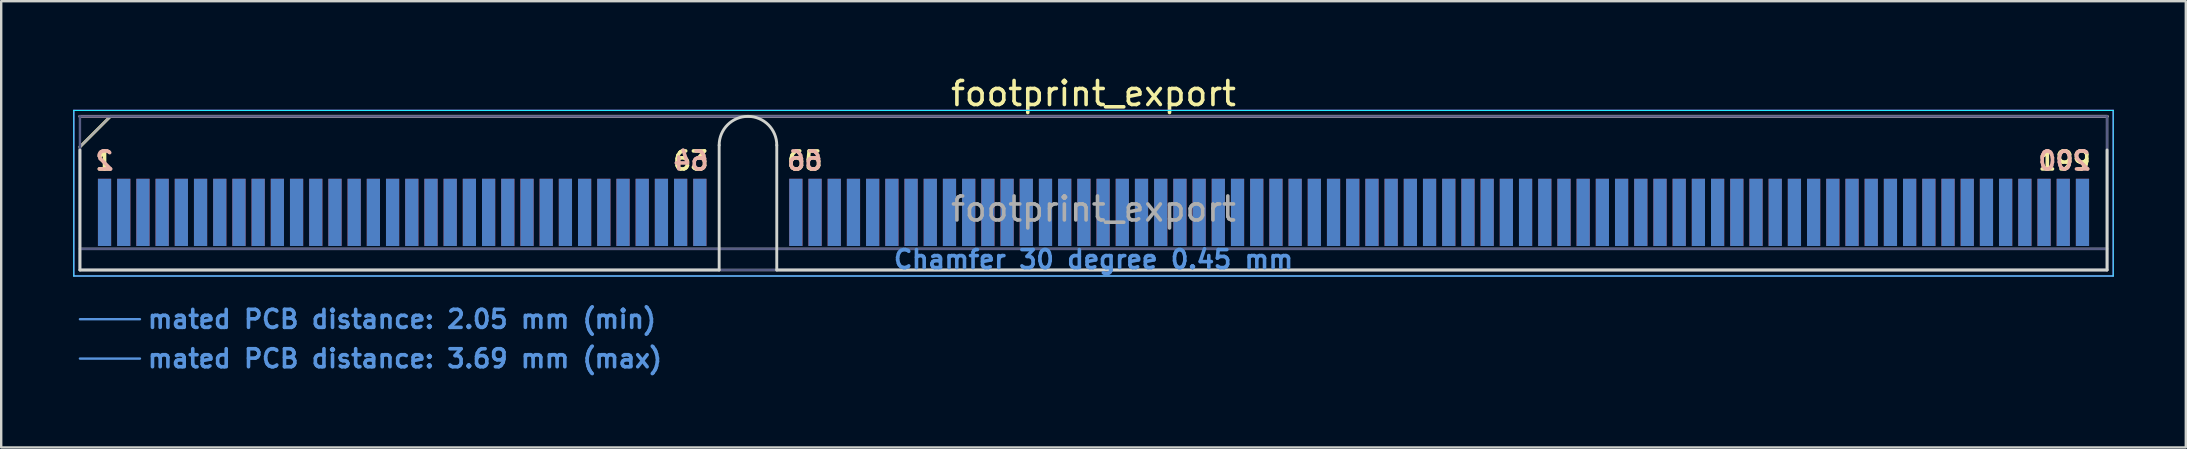
<source format=kicad_pcb>
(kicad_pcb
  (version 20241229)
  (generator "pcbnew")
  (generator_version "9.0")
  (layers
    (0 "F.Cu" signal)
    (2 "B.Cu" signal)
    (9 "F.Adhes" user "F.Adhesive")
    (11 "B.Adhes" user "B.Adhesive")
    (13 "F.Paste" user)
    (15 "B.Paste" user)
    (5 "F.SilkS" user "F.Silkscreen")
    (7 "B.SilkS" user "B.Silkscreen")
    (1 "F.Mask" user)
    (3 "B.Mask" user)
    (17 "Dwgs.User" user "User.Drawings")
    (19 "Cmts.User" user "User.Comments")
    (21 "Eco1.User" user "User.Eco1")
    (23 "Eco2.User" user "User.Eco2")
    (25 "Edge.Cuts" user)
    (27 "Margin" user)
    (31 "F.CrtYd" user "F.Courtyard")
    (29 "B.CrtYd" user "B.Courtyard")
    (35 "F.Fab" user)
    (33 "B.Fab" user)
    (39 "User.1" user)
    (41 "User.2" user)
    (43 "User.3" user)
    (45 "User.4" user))
  (footprint "footprint_export"
    (layer "F.Cu")
    (at 42.505 8.198)
    (property "Reference" "footprint_export" (at 0 -7.35 0) (layer "F.SilkS") (effects (font (size 1 1) (thickness 0.15))))
    (attr exclude_from_pos_files exclude_from_bom)
    (fp_line (start -42.225 -5.13) (end -40.955 -6.4) (stroke (width 0.12) (type solid)) (layer "F.SilkS"))
    (fp_line (start -40.955 -6.4) (end 42.225 -6.4) (stroke (width 0.12) (type solid)) (layer "F.SilkS"))
    (fp_line (start -42.225 -6.4) (end -42.225 -6.4) (stroke (width 0.12) (type solid)) (layer "B.SilkS"))
    (fp_line (start -42.225 -6.4) (end 42.225 -6.4) (stroke (width 0.12) (type solid)) (layer "B.SilkS"))
    (fp_line (start -42.225 2.05) (end -39.725 2.05) (stroke (width 0.1) (type solid)) (layer "Cmts.User"))
    (fp_line (start -42.225 3.69) (end -39.725 3.69) (stroke (width 0.1) (type solid)) (layer "Cmts.User"))
    (fp_line (start -42.225 -5) (end -42.225 0) (stroke (width 0.12) (type solid)) (layer "Edge.Cuts"))
    (fp_line (start -42.225 0) (end -15.595 0) (stroke (width 0.12) (type solid)) (layer "Edge.Cuts"))
    (fp_line (start -15.595 0) (end -15.595 -5.2) (stroke (width 0.12) (type solid)) (layer "Edge.Cuts"))
    (fp_line (start -13.195 -5.2) (end -13.195 0) (stroke (width 0.12) (type solid)) (layer "Edge.Cuts"))
    (fp_line (start -13.195 0) (end 42.225 0) (stroke (width 0.12) (type solid)) (layer "Edge.Cuts"))
    (fp_line (start 42.225 0) (end 42.225 -5) (stroke (width 0.12) (type solid)) (layer "Edge.Cuts"))
    (fp_arc (start -15.595 -5.2) (mid -14.395 -6.4) (end -13.195 -5.2) (stroke (width 0.12) (type solid)) (layer "Edge.Cuts"))
    (fp_line (start -42.48 -6.65) (end -42.48 0.25) (stroke (width 0.05) (type solid)) (layer "B.CrtYd"))
    (fp_line (start -42.48 0.25) (end 42.48 0.25) (stroke (width 0.05) (type solid)) (layer "B.CrtYd"))
    (fp_line (start 42.48 -6.65) (end -42.48 -6.65) (stroke (width 0.05) (type solid)) (layer "B.CrtYd"))
    (fp_line (start 42.48 0.25) (end 42.48 -6.65) (stroke (width 0.05) (type solid)) (layer "B.CrtYd"))
    (fp_line (start -42.48 -6.65) (end -42.48 0.25) (stroke (width 0.05) (type solid)) (layer "F.CrtYd"))
    (fp_line (start -42.48 0.25) (end 42.48 0.25) (stroke (width 0.05) (type solid)) (layer "F.CrtYd"))
    (fp_line (start 42.48 -6.65) (end -42.48 -6.65) (stroke (width 0.05) (type solid)) (layer "F.CrtYd"))
    (fp_line (start 42.48 0.25) (end 42.48 -6.65) (stroke (width 0.05) (type solid)) (layer "F.CrtYd"))
    (fp_line (start -42.225 -6.4) (end -42.225 -6.4) (stroke (width 0.1) (type solid)) (layer "B.Fab"))
    (fp_line (start -42.225 -6.4) (end -42.225 0) (stroke (width 0.1) (type solid)) (layer "B.Fab"))
    (fp_line (start -42.225 -6.4) (end 42.225 -6.4) (stroke (width 0.1) (type solid)) (layer "B.Fab"))
    (fp_line (start -42.225 -0.88) (end 42.225 -0.88) (stroke (width 0.1) (type solid)) (layer "B.Fab"))
    (fp_line (start -42.225 0) (end 42.225 0) (stroke (width 0.1) (type solid)) (layer "B.Fab"))
    (fp_line (start 42.225 -6.4) (end 42.225 0) (stroke (width 0.1) (type solid)) (layer "B.Fab"))
    (fp_line (start -42.225 -5.13) (end -42.225 0) (stroke (width 0.1) (type solid)) (layer "F.Fab"))
    (fp_line (start -42.225 -5.13) (end -40.955 -6.4) (stroke (width 0.1) (type solid)) (layer "F.Fab"))
    (fp_line (start -42.225 -0.88) (end 42.225 -0.88) (stroke (width 0.1) (type solid)) (layer "F.Fab"))
    (fp_line (start -42.225 0) (end 42.225 0) (stroke (width 0.1) (type solid)) (layer "F.Fab"))
    (fp_line (start -40.955 -6.4) (end 42.225 -6.4) (stroke (width 0.1) (type solid)) (layer "F.Fab"))
    (fp_line (start 42.225 -6.4) (end 42.225 0) (stroke (width 0.1) (type solid)) (layer "F.Fab"))
    (fp_text user "199" (at 40.45 -4.55 0) (layer "F.SilkS") (effects (font (size 0.75 0.75) (thickness 0.15))))
    (fp_text user "1" (at -41.2 -4.55 0) (layer "F.SilkS") (effects (font (size 0.75 0.75) (thickness 0.15))))
    (fp_text user "63" (at -16.775 -4.55 0) (layer "F.SilkS") (effects (font (size 0.75 0.75) (thickness 0.15))))
    (fp_text user "65" (at -12.025 -4.55 0) (layer "F.SilkS") (effects (font (size 0.75 0.75) (thickness 0.15))))
    (fp_text user "66" (at -12.025 -4.55 0) (layer "B.SilkS") (effects (font (size 0.75 0.75) (thickness 0.15)) (justify mirror)))
    (fp_text user "2" (at -41.2 -4.55 0) (layer "B.SilkS") (effects (font (size 0.75 0.75) (thickness 0.15)) (justify mirror)))
    (fp_text user "200" (at 40.45 -4.55 0) (layer "B.SilkS") (effects (font (size 0.75 0.75) (thickness 0.15)) (justify mirror)))
    (fp_text user "64" (at -16.775 -4.55 0) (layer "B.SilkS") (effects (font (size 0.75 0.75) (thickness 0.15)) (justify mirror)))
    (fp_text user "mated PCB distance: 3.69 mm (max)" (at -39.48 3.69 0) (layer "Cmts.User") (effects (font (size 0.75 0.75) (thickness 0.15)) (justify left)))
    (fp_text user "Chamfer 30 degree 0.45 mm" (at 0 -0.44 0) (layer "Cmts.User") (effects (font (size 0.75 0.75) (thickness 0.15))))
    (fp_text user "mated PCB distance: 2.05 mm (min)" (at -39.48 2.05 0) (layer "Cmts.User") (effects (font (size 0.75 0.75) (thickness 0.15)) (justify left)))
    (fp_text user "${REFERENCE}" (at 0 -2.54 0) (layer "F.Fab") (effects (font (size 1 1) (thickness 0.15))))
    (pad "1" connect rect (at -41.2 -2.4) (size 0.55 2.8) (layers "F.Cu" "F.Mask"))
    (pad "2" connect rect (at -41.2 -2.4) (size 0.55 2.8) (layers "B.Cu" "B.Mask"))
    (pad "3" connect rect (at -40.4 -2.4) (size 0.55 2.8) (layers "F.Cu" "F.Mask"))
    (pad "4" connect rect (at -40.4 -2.4) (size 0.55 2.8) (layers "B.Cu" "B.Mask"))
    (pad "5" connect rect (at -39.6 -2.4) (size 0.55 2.8) (layers "F.Cu" "F.Mask"))
    (pad "6" connect rect (at -39.6 -2.4) (size 0.55 2.8) (layers "B.Cu" "B.Mask"))
    (pad "7" connect rect (at -38.8 -2.4) (size 0.55 2.8) (layers "F.Cu" "F.Mask"))
    (pad "8" connect rect (at -38.8 -2.4) (size 0.55 2.8) (layers "B.Cu" "B.Mask"))
    (pad "9" connect rect (at -38 -2.4) (size 0.55 2.8) (layers "F.Cu" "F.Mask"))
    (pad "10" connect rect (at -38 -2.4) (size 0.55 2.8) (layers "B.Cu" "B.Mask"))
    (pad "11" connect rect (at -37.2 -2.4) (size 0.55 2.8) (layers "F.Cu" "F.Mask"))
    (pad "12" connect rect (at -37.2 -2.4) (size 0.55 2.8) (layers "B.Cu" "B.Mask"))
    (pad "13" connect rect (at -36.4 -2.4) (size 0.55 2.8) (layers "F.Cu" "F.Mask"))
    (pad "14" connect rect (at -36.4 -2.4) (size 0.55 2.8) (layers "B.Cu" "B.Mask"))
    (pad "15" connect rect (at -35.6 -2.4) (size 0.55 2.8) (layers "F.Cu" "F.Mask"))
    (pad "16" connect rect (at -35.6 -2.4) (size 0.55 2.8) (layers "B.Cu" "B.Mask"))
    (pad "17" connect rect (at -34.8 -2.4) (size 0.55 2.8) (layers "F.Cu" "F.Mask"))
    (pad "18" connect rect (at -34.8 -2.4) (size 0.55 2.8) (layers "B.Cu" "B.Mask"))
    (pad "19" connect rect (at -34 -2.4) (size 0.55 2.8) (layers "F.Cu" "F.Mask"))
    (pad "20" connect rect (at -34 -2.4) (size 0.55 2.8) (layers "B.Cu" "B.Mask"))
    (pad "21" connect rect (at -33.2 -2.4) (size 0.55 2.8) (layers "F.Cu" "F.Mask"))
    (pad "22" connect rect (at -33.2 -2.4) (size 0.55 2.8) (layers "B.Cu" "B.Mask"))
    (pad "23" connect rect (at -32.4 -2.4) (size 0.55 2.8) (layers "F.Cu" "F.Mask"))
    (pad "24" connect rect (at -32.4 -2.4) (size 0.55 2.8) (layers "B.Cu" "B.Mask"))
    (pad "25" connect rect (at -31.6 -2.4) (size 0.55 2.8) (layers "F.Cu" "F.Mask"))
    (pad "26" connect rect (at -31.6 -2.4) (size 0.55 2.8) (layers "B.Cu" "B.Mask"))
    (pad "27" connect rect (at -30.8 -2.4) (size 0.55 2.8) (layers "F.Cu" "F.Mask"))
    (pad "28" connect rect (at -30.8 -2.4) (size 0.55 2.8) (layers "B.Cu" "B.Mask"))
    (pad "29" connect rect (at -30 -2.4) (size 0.55 2.8) (layers "F.Cu" "F.Mask"))
    (pad "30" connect rect (at -30 -2.4) (size 0.55 2.8) (layers "B.Cu" "B.Mask"))
    (pad "31" connect rect (at -29.2 -2.4) (size 0.55 2.8) (layers "F.Cu" "F.Mask"))
    (pad "32" connect rect (at -29.2 -2.4) (size 0.55 2.8) (layers "B.Cu" "B.Mask"))
    (pad "33" connect rect (at -28.4 -2.4) (size 0.55 2.8) (layers "F.Cu" "F.Mask"))
    (pad "34" connect rect (at -28.4 -2.4) (size 0.55 2.8) (layers "B.Cu" "B.Mask"))
    (pad "35" connect rect (at -27.6 -2.4) (size 0.55 2.8) (layers "F.Cu" "F.Mask"))
    (pad "36" connect rect (at -27.6 -2.4) (size 0.55 2.8) (layers "B.Cu" "B.Mask"))
    (pad "37" connect rect (at -26.8 -2.4) (size 0.55 2.8) (layers "F.Cu" "F.Mask"))
    (pad "38" connect rect (at -26.8 -2.4) (size 0.55 2.8) (layers "B.Cu" "B.Mask"))
    (pad "39" connect rect (at -26 -2.4) (size 0.55 2.8) (layers "F.Cu" "F.Mask"))
    (pad "40" connect rect (at -26 -2.4) (size 0.55 2.8) (layers "B.Cu" "B.Mask"))
    (pad "41" connect rect (at -25.2 -2.4) (size 0.55 2.8) (layers "F.Cu" "F.Mask"))
    (pad "42" connect rect (at -25.2 -2.4) (size 0.55 2.8) (layers "B.Cu" "B.Mask"))
    (pad "43" connect rect (at -24.4 -2.4) (size 0.55 2.8) (layers "F.Cu" "F.Mask"))
    (pad "44" connect rect (at -24.4 -2.4) (size 0.55 2.8) (layers "B.Cu" "B.Mask"))
    (pad "45" connect rect (at -23.6 -2.4) (size 0.55 2.8) (layers "F.Cu" "F.Mask"))
    (pad "46" connect rect (at -23.6 -2.4) (size 0.55 2.8) (layers "B.Cu" "B.Mask"))
    (pad "47" connect rect (at -22.8 -2.4) (size 0.55 2.8) (layers "F.Cu" "F.Mask"))
    (pad "48" connect rect (at -22.8 -2.4) (size 0.55 2.8) (layers "B.Cu" "B.Mask"))
    (pad "49" connect rect (at -22 -2.4) (size 0.55 2.8) (layers "F.Cu" "F.Mask"))
    (pad "50" connect rect (at -22 -2.4) (size 0.55 2.8) (layers "B.Cu" "B.Mask"))
    (pad "51" connect rect (at -21.2 -2.4) (size 0.55 2.8) (layers "F.Cu" "F.Mask"))
    (pad "52" connect rect (at -21.2 -2.4) (size 0.55 2.8) (layers "B.Cu" "B.Mask"))
    (pad "53" connect rect (at -20.4 -2.4) (size 0.55 2.8) (layers "F.Cu" "F.Mask"))
    (pad "54" connect rect (at -20.4 -2.4) (size 0.55 2.8) (layers "B.Cu" "B.Mask"))
    (pad "55" connect rect (at -19.6 -2.4) (size 0.55 2.8) (layers "F.Cu" "F.Mask"))
    (pad "56" connect rect (at -19.6 -2.4) (size 0.55 2.8) (layers "B.Cu" "B.Mask"))
    (pad "57" connect rect (at -18.8 -2.4) (size 0.55 2.8) (layers "F.Cu" "F.Mask"))
    (pad "58" connect rect (at -18.8 -2.4) (size 0.55 2.8) (layers "B.Cu" "B.Mask"))
    (pad "59" connect rect (at -18 -2.4) (size 0.55 2.8) (layers "F.Cu" "F.Mask"))
    (pad "60" connect rect (at -18 -2.4) (size 0.55 2.8) (layers "B.Cu" "B.Mask"))
    (pad "61" connect rect (at -17.2 -2.4) (size 0.55 2.8) (layers "F.Cu" "F.Mask"))
    (pad "62" connect rect (at -17.2 -2.4) (size 0.55 2.8) (layers "B.Cu" "B.Mask"))
    (pad "63" connect rect (at -16.4 -2.4) (size 0.55 2.8) (layers "F.Cu" "F.Mask"))
    (pad "64" connect rect (at -16.4 -2.4) (size 0.55 2.8) (layers "B.Cu" "B.Mask"))
    (pad "65" connect rect (at -12.4 -2.4) (size 0.55 2.8) (layers "F.Cu" "F.Mask"))
    (pad "66" connect rect (at -12.4 -2.4) (size 0.55 2.8) (layers "B.Cu" "B.Mask"))
    (pad "67" connect rect (at -11.6 -2.4) (size 0.55 2.8) (layers "F.Cu" "F.Mask"))
    (pad "68" connect rect (at -11.6 -2.4) (size 0.55 2.8) (layers "B.Cu" "B.Mask"))
    (pad "69" connect rect (at -10.8 -2.4) (size 0.55 2.8) (layers "F.Cu" "F.Mask"))
    (pad "70" connect rect (at -10.8 -2.4) (size 0.55 2.8) (layers "B.Cu" "B.Mask"))
    (pad "71" connect rect (at -10 -2.4) (size 0.55 2.8) (layers "F.Cu" "F.Mask"))
    (pad "72" connect rect (at -10 -2.4) (size 0.55 2.8) (layers "B.Cu" "B.Mask"))
    (pad "73" connect rect (at -9.2 -2.4) (size 0.55 2.8) (layers "F.Cu" "F.Mask"))
    (pad "74" connect rect (at -9.2 -2.4) (size 0.55 2.8) (layers "B.Cu" "B.Mask"))
    (pad "75" connect rect (at -8.4 -2.4) (size 0.55 2.8) (layers "F.Cu" "F.Mask"))
    (pad "76" connect rect (at -8.4 -2.4) (size 0.55 2.8) (layers "B.Cu" "B.Mask"))
    (pad "77" connect rect (at -7.6 -2.4) (size 0.55 2.8) (layers "F.Cu" "F.Mask"))
    (pad "78" connect rect (at -7.6 -2.4) (size 0.55 2.8) (layers "B.Cu" "B.Mask"))
    (pad "79" connect rect (at -6.8 -2.4) (size 0.55 2.8) (layers "F.Cu" "F.Mask"))
    (pad "80" connect rect (at -6.8 -2.4) (size 0.55 2.8) (layers "B.Cu" "B.Mask"))
    (pad "81" connect rect (at -6 -2.4) (size 0.55 2.8) (layers "F.Cu" "F.Mask"))
    (pad "82" connect rect (at -6 -2.4) (size 0.55 2.8) (layers "B.Cu" "B.Mask"))
    (pad "83" connect rect (at -5.2 -2.4) (size 0.55 2.8) (layers "F.Cu" "F.Mask"))
    (pad "84" connect rect (at -5.2 -2.4) (size 0.55 2.8) (layers "B.Cu" "B.Mask"))
    (pad "85" connect rect (at -4.4 -2.4) (size 0.55 2.8) (layers "F.Cu" "F.Mask"))
    (pad "86" connect rect (at -4.4 -2.4) (size 0.55 2.8) (layers "B.Cu" "B.Mask"))
    (pad "87" connect rect (at -3.6 -2.4) (size 0.55 2.8) (layers "F.Cu" "F.Mask"))
    (pad "88" connect rect (at -3.6 -2.4) (size 0.55 2.8) (layers "B.Cu" "B.Mask"))
    (pad "89" connect rect (at -2.8 -2.4) (size 0.55 2.8) (layers "F.Cu" "F.Mask"))
    (pad "90" connect rect (at -2.8 -2.4) (size 0.55 2.8) (layers "B.Cu" "B.Mask"))
    (pad "91" connect rect (at -2 -2.4) (size 0.55 2.8) (layers "F.Cu" "F.Mask"))
    (pad "92" connect rect (at -2 -2.4) (size 0.55 2.8) (layers "B.Cu" "B.Mask"))
    (pad "93" connect rect (at -1.2 -2.4) (size 0.55 2.8) (layers "F.Cu" "F.Mask"))
    (pad "94" connect rect (at -1.2 -2.4) (size 0.55 2.8) (layers "B.Cu" "B.Mask"))
    (pad "95" connect rect (at -0.4 -2.4) (size 0.55 2.8) (layers "F.Cu" "F.Mask"))
    (pad "96" connect rect (at -0.4 -2.4) (size 0.55 2.8) (layers "B.Cu" "B.Mask"))
    (pad "97" connect rect (at 0.4 -2.4) (size 0.55 2.8) (layers "F.Cu" "F.Mask"))
    (pad "98" connect rect (at 0.4 -2.4) (size 0.55 2.8) (layers "B.Cu" "B.Mask"))
    (pad "99" connect rect (at 1.2 -2.4) (size 0.55 2.8) (layers "F.Cu" "F.Mask"))
    (pad "100" connect rect (at 1.2 -2.4) (size 0.55 2.8) (layers "B.Cu" "B.Mask"))
    (pad "101" connect rect (at 2 -2.4) (size 0.55 2.8) (layers "F.Cu" "F.Mask"))
    (pad "102" connect rect (at 2 -2.4) (size 0.55 2.8) (layers "B.Cu" "B.Mask"))
    (pad "103" connect rect (at 2.8 -2.4) (size 0.55 2.8) (layers "F.Cu" "F.Mask"))
    (pad "104" connect rect (at 2.8 -2.4) (size 0.55 2.8) (layers "B.Cu" "B.Mask"))
    (pad "105" connect rect (at 3.6 -2.4) (size 0.55 2.8) (layers "F.Cu" "F.Mask"))
    (pad "106" connect rect (at 3.6 -2.4) (size 0.55 2.8) (layers "B.Cu" "B.Mask"))
    (pad "107" connect rect (at 4.4 -2.4) (size 0.55 2.8) (layers "F.Cu" "F.Mask"))
    (pad "108" connect rect (at 4.4 -2.4) (size 0.55 2.8) (layers "B.Cu" "B.Mask"))
    (pad "109" connect rect (at 5.2 -2.4) (size 0.55 2.8) (layers "F.Cu" "F.Mask"))
    (pad "110" connect rect (at 5.2 -2.4) (size 0.55 2.8) (layers "B.Cu" "B.Mask"))
    (pad "111" connect rect (at 6 -2.4) (size 0.55 2.8) (layers "F.Cu" "F.Mask"))
    (pad "112" connect rect (at 6 -2.4) (size 0.55 2.8) (layers "B.Cu" "B.Mask"))
    (pad "113" connect rect (at 6.8 -2.4) (size 0.55 2.8) (layers "F.Cu" "F.Mask"))
    (pad "114" connect rect (at 6.8 -2.4) (size 0.55 2.8) (layers "B.Cu" "B.Mask"))
    (pad "115" connect rect (at 7.6 -2.4) (size 0.55 2.8) (layers "F.Cu" "F.Mask"))
    (pad "116" connect rect (at 7.6 -2.4) (size 0.55 2.8) (layers "B.Cu" "B.Mask"))
    (pad "117" connect rect (at 8.4 -2.4) (size 0.55 2.8) (layers "F.Cu" "F.Mask"))
    (pad "118" connect rect (at 8.4 -2.4) (size 0.55 2.8) (layers "B.Cu" "B.Mask"))
    (pad "119" connect rect (at 9.2 -2.4) (size 0.55 2.8) (layers "F.Cu" "F.Mask"))
    (pad "120" connect rect (at 9.2 -2.4) (size 0.55 2.8) (layers "B.Cu" "B.Mask"))
    (pad "121" connect rect (at 10 -2.4) (size 0.55 2.8) (layers "F.Cu" "F.Mask"))
    (pad "122" connect rect (at 10 -2.4) (size 0.55 2.8) (layers "B.Cu" "B.Mask"))
    (pad "123" connect rect (at 10.8 -2.4) (size 0.55 2.8) (layers "F.Cu" "F.Mask"))
    (pad "124" connect rect (at 10.8 -2.4) (size 0.55 2.8) (layers "B.Cu" "B.Mask"))
    (pad "125" connect rect (at 11.6 -2.4) (size 0.55 2.8) (layers "F.Cu" "F.Mask"))
    (pad "126" connect rect (at 11.6 -2.4) (size 0.55 2.8) (layers "B.Cu" "B.Mask"))
    (pad "127" connect rect (at 12.4 -2.4) (size 0.55 2.8) (layers "F.Cu" "F.Mask"))
    (pad "128" connect rect (at 12.4 -2.4) (size 0.55 2.8) (layers "B.Cu" "B.Mask"))
    (pad "129" connect rect (at 13.2 -2.4) (size 0.55 2.8) (layers "F.Cu" "F.Mask"))
    (pad "130" connect rect (at 13.2 -2.4) (size 0.55 2.8) (layers "B.Cu" "B.Mask"))
    (pad "131" connect rect (at 14 -2.4) (size 0.55 2.8) (layers "F.Cu" "F.Mask"))
    (pad "132" connect rect (at 14 -2.4) (size 0.55 2.8) (layers "B.Cu" "B.Mask"))
    (pad "133" connect rect (at 14.8 -2.4) (size 0.55 2.8) (layers "F.Cu" "F.Mask"))
    (pad "134" connect rect (at 14.8 -2.4) (size 0.55 2.8) (layers "B.Cu" "B.Mask"))
    (pad "135" connect rect (at 15.6 -2.4) (size 0.55 2.8) (layers "F.Cu" "F.Mask"))
    (pad "136" connect rect (at 15.6 -2.4) (size 0.55 2.8) (layers "B.Cu" "B.Mask"))
    (pad "137" connect rect (at 16.4 -2.4) (size 0.55 2.8) (layers "F.Cu" "F.Mask"))
    (pad "138" connect rect (at 16.4 -2.4) (size 0.55 2.8) (layers "B.Cu" "B.Mask"))
    (pad "139" connect rect (at 17.2 -2.4) (size 0.55 2.8) (layers "F.Cu" "F.Mask"))
    (pad "140" connect rect (at 17.2 -2.4) (size 0.55 2.8) (layers "B.Cu" "B.Mask"))
    (pad "141" connect rect (at 18 -2.4) (size 0.55 2.8) (layers "F.Cu" "F.Mask"))
    (pad "142" connect rect (at 18 -2.4) (size 0.55 2.8) (layers "B.Cu" "B.Mask"))
    (pad "143" connect rect (at 18.8 -2.4) (size 0.55 2.8) (layers "F.Cu" "F.Mask"))
    (pad "144" connect rect (at 18.8 -2.4) (size 0.55 2.8) (layers "B.Cu" "B.Mask"))
    (pad "145" connect rect (at 19.6 -2.4) (size 0.55 2.8) (layers "F.Cu" "F.Mask"))
    (pad "146" connect rect (at 19.6 -2.4) (size 0.55 2.8) (layers "B.Cu" "B.Mask"))
    (pad "147" connect rect (at 20.4 -2.4) (size 0.55 2.8) (layers "F.Cu" "F.Mask"))
    (pad "148" connect rect (at 20.4 -2.4) (size 0.55 2.8) (layers "B.Cu" "B.Mask"))
    (pad "149" connect rect (at 21.2 -2.4) (size 0.55 2.8) (layers "F.Cu" "F.Mask"))
    (pad "150" connect rect (at 21.2 -2.4) (size 0.55 2.8) (layers "B.Cu" "B.Mask"))
    (pad "151" connect rect (at 22 -2.4) (size 0.55 2.8) (layers "F.Cu" "F.Mask"))
    (pad "152" connect rect (at 22 -2.4) (size 0.55 2.8) (layers "B.Cu" "B.Mask"))
    (pad "153" connect rect (at 22.8 -2.4) (size 0.55 2.8) (layers "F.Cu" "F.Mask"))
    (pad "154" connect rect (at 22.8 -2.4) (size 0.55 2.8) (layers "B.Cu" "B.Mask"))
    (pad "155" connect rect (at 23.6 -2.4) (size 0.55 2.8) (layers "F.Cu" "F.Mask"))
    (pad "156" connect rect (at 23.6 -2.4) (size 0.55 2.8) (layers "B.Cu" "B.Mask"))
    (pad "157" connect rect (at 24.4 -2.4) (size 0.55 2.8) (layers "F.Cu" "F.Mask"))
    (pad "158" connect rect (at 24.4 -2.4) (size 0.55 2.8) (layers "B.Cu" "B.Mask"))
    (pad "159" connect rect (at 25.2 -2.4) (size 0.55 2.8) (layers "F.Cu" "F.Mask"))
    (pad "160" connect rect (at 25.2 -2.4) (size 0.55 2.8) (layers "B.Cu" "B.Mask"))
    (pad "161" connect rect (at 26 -2.4) (size 0.55 2.8) (layers "F.Cu" "F.Mask"))
    (pad "162" connect rect (at 26 -2.4) (size 0.55 2.8) (layers "B.Cu" "B.Mask"))
    (pad "163" connect rect (at 26.8 -2.4) (size 0.55 2.8) (layers "F.Cu" "F.Mask"))
    (pad "164" connect rect (at 26.8 -2.4) (size 0.55 2.8) (layers "B.Cu" "B.Mask"))
    (pad "165" connect rect (at 27.6 -2.4) (size 0.55 2.8) (layers "F.Cu" "F.Mask"))
    (pad "166" connect rect (at 27.6 -2.4) (size 0.55 2.8) (layers "B.Cu" "B.Mask"))
    (pad "167" connect rect (at 28.4 -2.4) (size 0.55 2.8) (layers "F.Cu" "F.Mask"))
    (pad "168" connect rect (at 28.4 -2.4) (size 0.55 2.8) (layers "B.Cu" "B.Mask"))
    (pad "169" connect rect (at 29.2 -2.4) (size 0.55 2.8) (layers "F.Cu" "F.Mask"))
    (pad "170" connect rect (at 29.2 -2.4) (size 0.55 2.8) (layers "B.Cu" "B.Mask"))
    (pad "171" connect rect (at 30 -2.4) (size 0.55 2.8) (layers "F.Cu" "F.Mask"))
    (pad "172" connect rect (at 30 -2.4) (size 0.55 2.8) (layers "B.Cu" "B.Mask"))
    (pad "173" connect rect (at 30.8 -2.4) (size 0.55 2.8) (layers "F.Cu" "F.Mask"))
    (pad "174" connect rect (at 30.8 -2.4) (size 0.55 2.8) (layers "B.Cu" "B.Mask"))
    (pad "175" connect rect (at 31.6 -2.4) (size 0.55 2.8) (layers "F.Cu" "F.Mask"))
    (pad "176" connect rect (at 31.6 -2.4) (size 0.55 2.8) (layers "B.Cu" "B.Mask"))
    (pad "177" connect rect (at 32.4 -2.4) (size 0.55 2.8) (layers "F.Cu" "F.Mask"))
    (pad "178" connect rect (at 32.4 -2.4) (size 0.55 2.8) (layers "B.Cu" "B.Mask"))
    (pad "179" connect rect (at 33.2 -2.4) (size 0.55 2.8) (layers "F.Cu" "F.Mask"))
    (pad "180" connect rect (at 33.2 -2.4) (size 0.55 2.8) (layers "B.Cu" "B.Mask"))
    (pad "181" connect rect (at 34 -2.4) (size 0.55 2.8) (layers "F.Cu" "F.Mask"))
    (pad "182" connect rect (at 34 -2.4) (size 0.55 2.8) (layers "B.Cu" "B.Mask"))
    (pad "183" connect rect (at 34.8 -2.4) (size 0.55 2.8) (layers "F.Cu" "F.Mask"))
    (pad "184" connect rect (at 34.8 -2.4) (size 0.55 2.8) (layers "B.Cu" "B.Mask"))
    (pad "185" connect rect (at 35.6 -2.4) (size 0.55 2.8) (layers "F.Cu" "F.Mask"))
    (pad "186" connect rect (at 35.6 -2.4) (size 0.55 2.8) (layers "B.Cu" "B.Mask"))
    (pad "187" connect rect (at 36.4 -2.4) (size 0.55 2.8) (layers "F.Cu" "F.Mask"))
    (pad "188" connect rect (at 36.4 -2.4) (size 0.55 2.8) (layers "B.Cu" "B.Mask"))
    (pad "189" connect rect (at 37.2 -2.4) (size 0.55 2.8) (layers "F.Cu" "F.Mask"))
    (pad "190" connect rect (at 37.2 -2.4) (size 0.55 2.8) (layers "B.Cu" "B.Mask"))
    (pad "191" connect rect (at 38 -2.4) (size 0.55 2.8) (layers "F.Cu" "F.Mask"))
    (pad "192" connect rect (at 38 -2.4) (size 0.55 2.8) (layers "B.Cu" "B.Mask"))
    (pad "193" connect rect (at 38.8 -2.4) (size 0.55 2.8) (layers "F.Cu" "F.Mask"))
    (pad "194" connect rect (at 38.8 -2.4) (size 0.55 2.8) (layers "B.Cu" "B.Mask"))
    (pad "195" connect rect (at 39.6 -2.4) (size 0.55 2.8) (layers "F.Cu" "F.Mask"))
    (pad "196" connect rect (at 39.6 -2.4) (size 0.55 2.8) (layers "B.Cu" "B.Mask"))
    (pad "197" connect rect (at 40.4 -2.4) (size 0.55 2.8) (layers "F.Cu" "F.Mask"))
    (pad "198" connect rect (at 40.4 -2.4) (size 0.55 2.8) (layers "B.Cu" "B.Mask"))
    (pad "199" connect rect (at 41.2 -2.4) (size 0.55 2.8) (layers "F.Cu" "F.Mask"))
    (pad "200" connect rect (at 41.2 -2.4) (size 0.55 2.8) (layers "B.Cu" "B.Mask")))
  (gr_rect
    (start -3 -3)
    (end 88.01 15.59)
    (stroke (width 0.1) (type default))
    (fill no)
    (layer "Edge.Cuts")))
</source>
